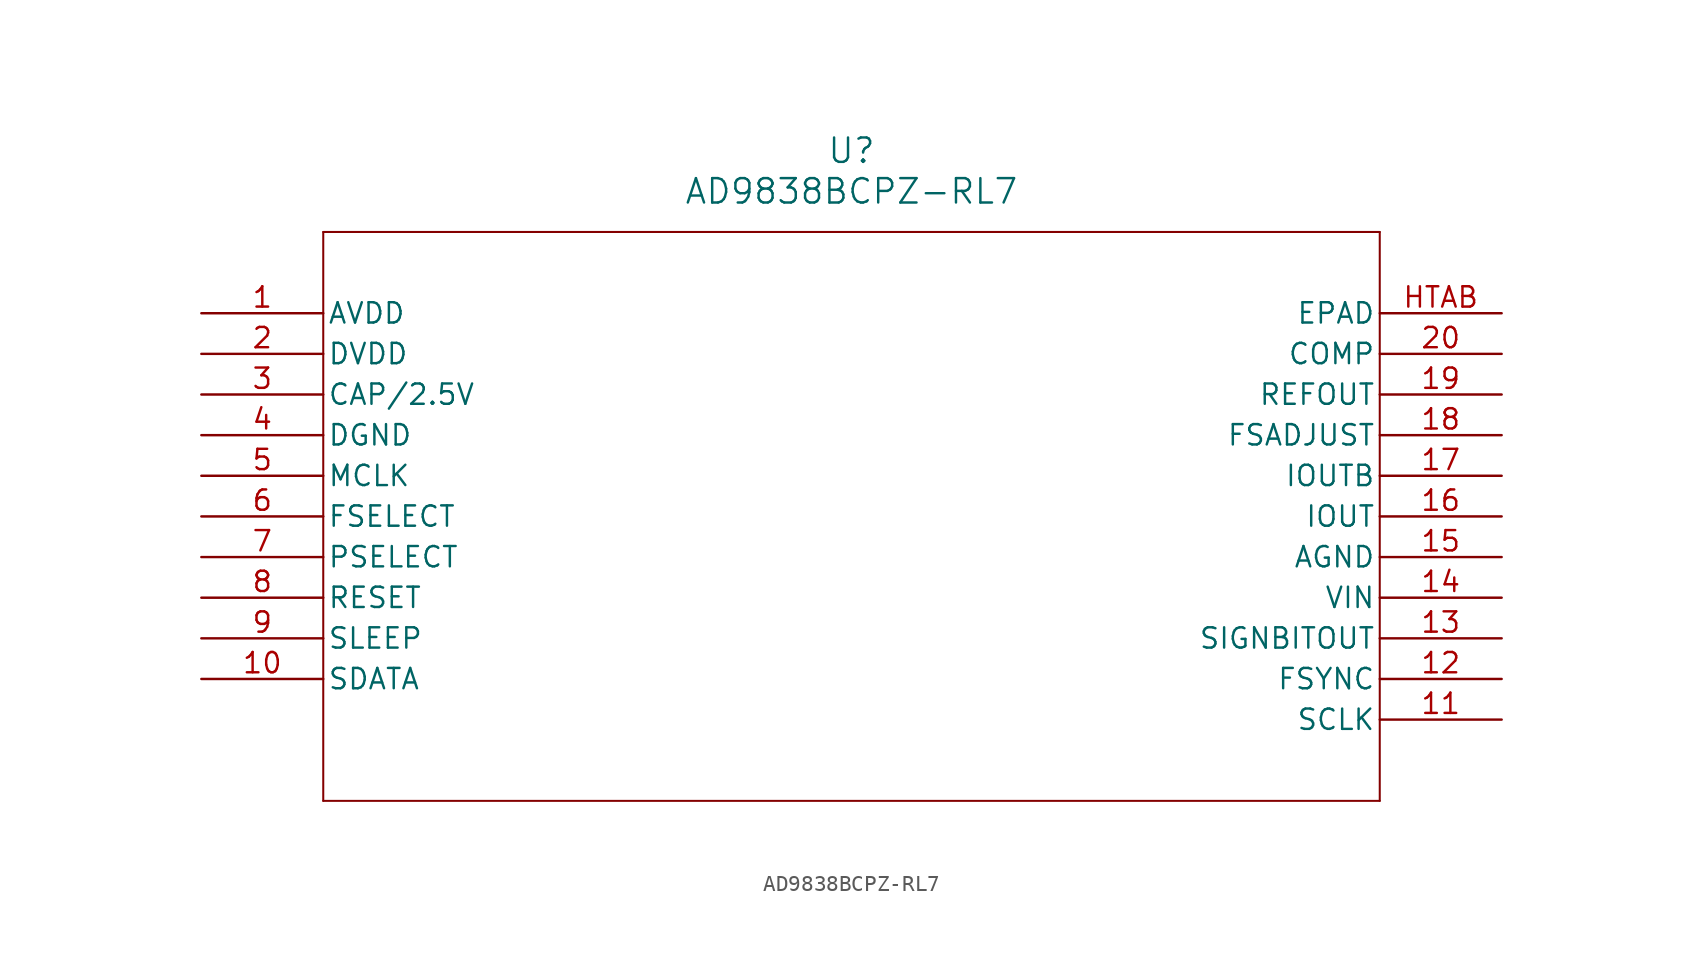
<source format=kicad_sym>
(kicad_symbol_lib
  (version 20211014)
  (generator kicad_symbol_editor)
  (symbol "AD9838BCPZ-RL7"
    (pin_names
      (offset 0.254))
    (property "Reference" "U"
      (at 40.64 10.16 0)
      (effects (font (size 1.524 1.524))))
    (property "Value" "AD9838BCPZ-RL7"
      (at 40.64 7.62 0)
      (effects (font (size 1.524 1.524))))
    (symbol "AD9838BCPZ-RL7_0_1"
      (polyline (pts (xy 7.62 5.08) (xy 7.62 -30.48)) (stroke (width 0.127) (type default) (color 0 0 0 0)) (fill (type none)))
      (polyline (pts (xy 7.62 -30.48) (xy 73.66 -30.48)) (stroke (width 0.127) (type default) (color 0 0 0 0)) (fill (type none)))
      (polyline (pts (xy 73.66 -30.48) (xy 73.66 5.08)) (stroke (width 0.127) (type default) (color 0 0 0 0)) (fill (type none)))
      (polyline (pts (xy 73.66 5.08) (xy 7.62 5.08)) (stroke (width 0.127) (type default) (color 0 0 0 0)) (fill (type none)))
      (pin power_in line (at 0 0 0) (length 7.62) (name "AVDD" (effects (font (size 1.27 1.27)))) (number "1" (effects (font (size 1.27 1.27)))))
      (pin power_in line (at 0 -2.54 0) (length 7.62) (name "DVDD" (effects (font (size 1.27 1.27)))) (number "2" (effects (font (size 1.27 1.27)))))
      (pin unspecified line (at 0 -5.08 0) (length 7.62) (name "CAP/2.5V" (effects (font (size 1.27 1.27)))) (number "3" (effects (font (size 1.27 1.27)))))
      (pin power_in line (at 0 -7.62 0) (length 7.62) (name "DGND" (effects (font (size 1.27 1.27)))) (number "4" (effects (font (size 1.27 1.27)))))
      (pin input line (at 0 -10.16 0) (length 7.62) (name "MCLK" (effects (font (size 1.27 1.27)))) (number "5" (effects (font (size 1.27 1.27)))))
      (pin input line (at 0 -12.7 0) (length 7.62) (name "FSELECT" (effects (font (size 1.27 1.27)))) (number "6" (effects (font (size 1.27 1.27)))))
      (pin input line (at 0 -15.24 0) (length 7.62) (name "PSELECT" (effects (font (size 1.27 1.27)))) (number "7" (effects (font (size 1.27 1.27)))))
      (pin input line (at 0 -17.78 0) (length 7.62) (name "RESET" (effects (font (size 1.27 1.27)))) (number "8" (effects (font (size 1.27 1.27)))))
      (pin input line (at 0 -20.32 0) (length 7.62) (name "SLEEP" (effects (font (size 1.27 1.27)))) (number "9" (effects (font (size 1.27 1.27)))))
      (pin input line (at 0 -22.86 0) (length 7.62) (name "SDATA" (effects (font (size 1.27 1.27)))) (number "10" (effects (font (size 1.27 1.27)))))
      (pin input line (at 81.28 -25.4 180) (length 7.62) (name "SCLK" (effects (font (size 1.27 1.27)))) (number "11" (effects (font (size 1.27 1.27)))))
      (pin input line (at 81.28 -22.86 180) (length 7.62) (name "FSYNC" (effects (font (size 1.27 1.27)))) (number "12" (effects (font (size 1.27 1.27)))))
      (pin output line (at 81.28 -20.32 180) (length 7.62) (name "SIGNBITOUT" (effects (font (size 1.27 1.27)))) (number "13" (effects (font (size 1.27 1.27)))))
      (pin input line (at 81.28 -17.78 180) (length 7.62) (name "VIN" (effects (font (size 1.27 1.27)))) (number "14" (effects (font (size 1.27 1.27)))))
      (pin power_in line (at 81.28 -15.24 180) (length 7.62) (name "AGND" (effects (font (size 1.27 1.27)))) (number "15" (effects (font (size 1.27 1.27)))))
      (pin output line (at 81.28 -12.7 180) (length 7.62) (name "IOUT" (effects (font (size 1.27 1.27)))) (number "16" (effects (font (size 1.27 1.27)))))
      (pin output line (at 81.28 -10.16 180) (length 7.62) (name "IOUTB" (effects (font (size 1.27 1.27)))) (number "17" (effects (font (size 1.27 1.27)))))
      (pin unspecified line (at 81.28 -7.62 180) (length 7.62) (name "FSADJUST" (effects (font (size 1.27 1.27)))) (number "18" (effects (font (size 1.27 1.27)))))
      (pin output line (at 81.28 -5.08 180) (length 7.62) (name "REFOUT" (effects (font (size 1.27 1.27)))) (number "19" (effects (font (size 1.27 1.27)))))
      (pin unspecified line (at 81.28 -2.54 180) (length 7.62) (name "COMP" (effects (font (size 1.27 1.27)))) (number "20" (effects (font (size 1.27 1.27)))))
      (pin unspecified line (at 81.28 0 180) (length 7.62) (name "EPAD" (effects (font (size 1.27 1.27)))) (number "HTAB" (effects (font (size 1.27 1.27))))))))
</source>
